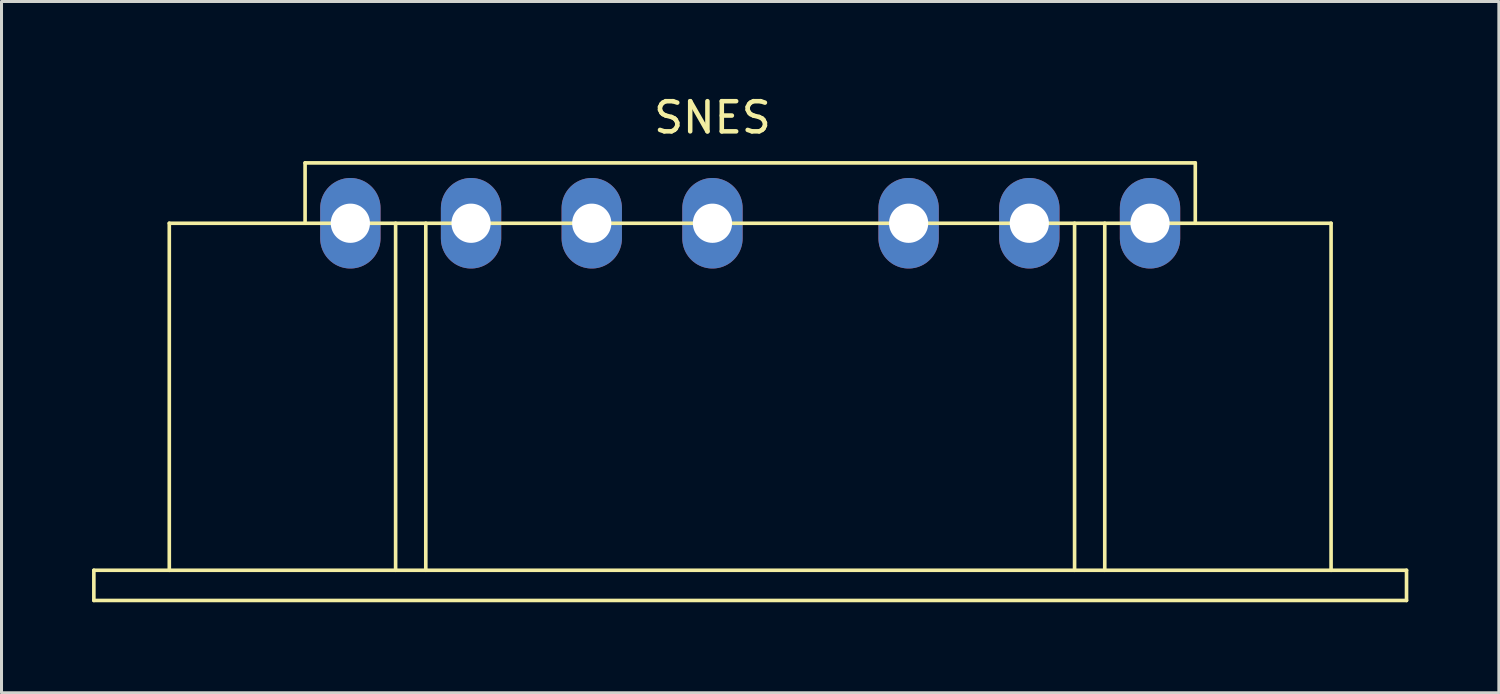
<source format=kicad_pcb>
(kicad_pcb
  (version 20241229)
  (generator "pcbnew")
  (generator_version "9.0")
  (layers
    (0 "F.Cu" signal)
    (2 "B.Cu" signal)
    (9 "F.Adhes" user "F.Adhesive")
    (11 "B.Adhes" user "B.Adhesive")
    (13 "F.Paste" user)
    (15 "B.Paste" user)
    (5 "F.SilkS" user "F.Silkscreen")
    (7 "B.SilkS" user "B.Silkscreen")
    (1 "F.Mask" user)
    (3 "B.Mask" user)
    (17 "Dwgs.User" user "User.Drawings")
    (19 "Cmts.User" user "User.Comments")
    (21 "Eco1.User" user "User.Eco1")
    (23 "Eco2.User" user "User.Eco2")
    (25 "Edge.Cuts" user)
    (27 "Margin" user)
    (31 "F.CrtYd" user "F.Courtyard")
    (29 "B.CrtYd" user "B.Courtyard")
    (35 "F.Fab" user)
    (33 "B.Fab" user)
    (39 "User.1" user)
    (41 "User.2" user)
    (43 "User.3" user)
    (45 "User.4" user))
  (footprint "SNES"
    (layer "F.Cu")
    (at 8.56 4.348)
    (property "Reference" "SNES" (at 12 -3.5 0) (layer "F.SilkS") (effects (font (size 1 1) (thickness 0.15))))
    (attr through_hole)
    (fp_line (start -8.5 11.5) (end -8.5 12.5) (stroke (width 0.12) (type solid)) (layer "F.SilkS"))
    (fp_line (start -8.5 12.5) (end 35 12.5) (stroke (width 0.12) (type solid)) (layer "F.SilkS"))
    (fp_line (start -6 0) (end -6 11.5) (stroke (width 0.12) (type solid)) (layer "F.SilkS"))
    (fp_line (start -6 11.5) (end -8.5 11.5) (stroke (width 0.12) (type solid)) (layer "F.SilkS"))
    (fp_line (start -6 11.5) (end 32.5 11.5) (stroke (width 0.12) (type solid)) (layer "F.SilkS"))
    (fp_line (start -1.5 -2) (end 28 -2) (stroke (width 0.12) (type solid)) (layer "F.SilkS"))
    (fp_line (start -1.5 0) (end -1.5 -2) (stroke (width 0.12) (type solid)) (layer "F.SilkS"))
    (fp_line (start 1.5 0) (end 1.5 11.5) (stroke (width 0.12) (type solid)) (layer "F.SilkS"))
    (fp_line (start 2.5 11.5) (end 2.5 0) (stroke (width 0.12) (type solid)) (layer "F.SilkS"))
    (fp_line (start 24 0) (end 24 11.5) (stroke (width 0.12) (type solid)) (layer "F.SilkS"))
    (fp_line (start 25 0) (end 25 11.5) (stroke (width 0.12) (type solid)) (layer "F.SilkS"))
    (fp_line (start 28 -2) (end 28 0) (stroke (width 0.12) (type solid)) (layer "F.SilkS"))
    (fp_line (start 32.5 0) (end -6 0) (stroke (width 0.12) (type solid)) (layer "F.SilkS"))
    (fp_line (start 32.5 11.5) (end 32.5 0) (stroke (width 0.12) (type solid)) (layer "F.SilkS"))
    (fp_line (start 35 11.5) (end 32.5 11.5) (stroke (width 0.12) (type solid)) (layer "F.SilkS"))
    (fp_line (start 35 12.5) (end 35 11.5) (stroke (width 0.12) (type solid)) (layer "F.SilkS"))
    (pad "1" thru_hole oval (at 0 0) (size 2 3) (drill 1.3) (layers "*.Cu" "*.Mask"))
    (pad "2" thru_hole oval (at 4 0) (size 2 3) (drill 1.3) (layers "*.Cu" "*.Mask"))
    (pad "3" thru_hole oval (at 8 0) (size 2 3) (drill 1.3) (layers "*.Cu" "*.Mask"))
    (pad "4" thru_hole oval (at 12 0) (size 2 3) (drill 1.3) (layers "*.Cu" "*.Mask"))
    (pad "5" thru_hole oval (at 18.5 0) (size 2 3) (drill 1.3) (layers "*.Cu" "*.Mask"))
    (pad "6" thru_hole oval (at 22.5 0) (size 2 3) (drill 1.3) (layers "*.Cu" "*.Mask"))
    (pad "7" thru_hole oval (at 26.5 0) (size 2 3) (drill 1.3) (layers "*.Cu" "*.Mask")))
  (gr_rect
    (start -3 -3)
    (end 46.62 19.908)
    (stroke (width 0.1) (type default))
    (fill no)
    (layer "Edge.Cuts")))
</source>
